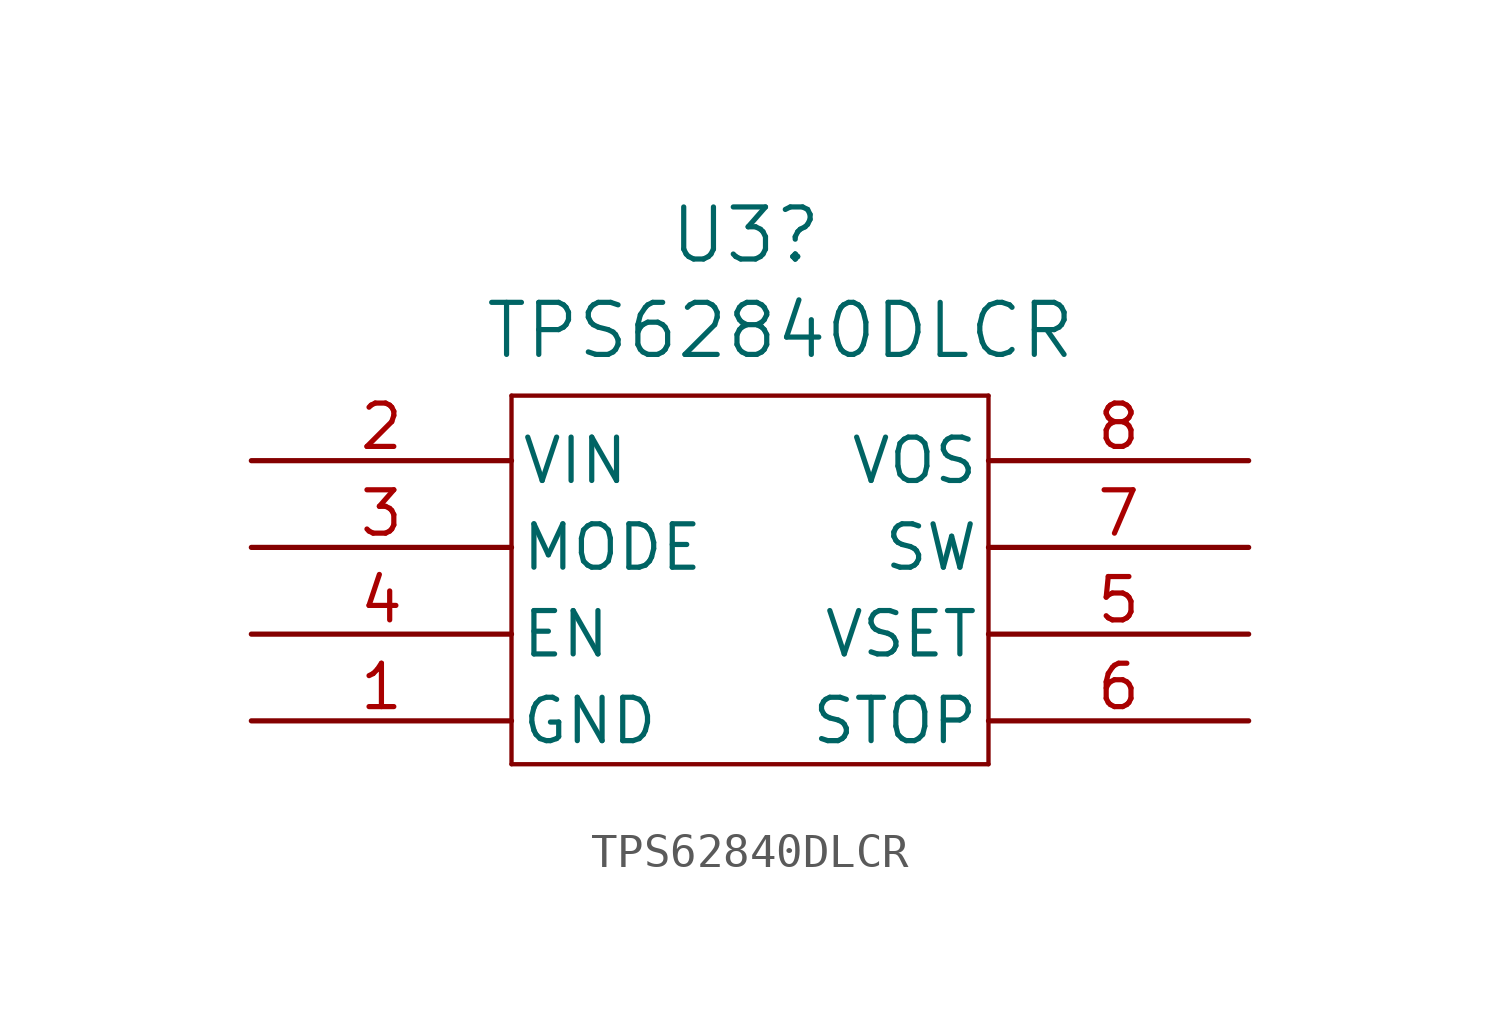
<source format=kicad_sym>
(kicad_symbol_lib
  (version 20241209)
  (generator "kicad_symbol_editor")
  (generator_version "9.0")
  (symbol "TPS62840DLCR"
    (pin_names
      (offset 0.254))
    (property "Reference" "U3"
      (at 14.478 4.064 0)
      (effects (font (size 1.524 1.524))))
    (property "Value" "TPS62840DLCR"
      (at 15.494 1.27 0)
      (effects (font (size 1.524 1.524))))
    (symbol "TPS62840DLCR_0_1"
      (polyline (pts (xy 7.62 -0.635) (xy 7.62 -11.43)) (stroke (width 0.127) (type default)) (fill (type none)))
      (polyline (pts (xy 7.62 -11.43) (xy 21.59 -11.43)) (stroke (width 0.127) (type default)) (fill (type none)))
      (polyline (pts (xy 21.59 -0.635) (xy 7.62 -0.635)) (stroke (width 0.127) (type default)) (fill (type none)))
      (polyline (pts (xy 21.59 -11.43) (xy 21.59 -0.635)) (stroke (width 0.127) (type default)) (fill (type none))))
    (symbol "TPS62840DLCR_1_1"
      (pin power_in line (at 0 -2.54 0) (length 7.62) (name "VIN" (effects (font (size 1.27 1.27)))) (number "2" (effects (font (size 1.27 1.27)))))
      (pin input line (at 0 -5.08 0) (length 7.62) (name "MODE" (effects (font (size 1.27 1.27)))) (number "3" (effects (font (size 1.27 1.27)))))
      (pin input line (at 0 -7.62 0) (length 7.62) (name "EN" (effects (font (size 1.27 1.27)))) (number "4" (effects (font (size 1.27 1.27)))))
      (pin power_in line (at 0 -10.16 0) (length 7.62) (name "GND" (effects (font (size 1.27 1.27)))) (number "1" (effects (font (size 1.27 1.27)))))
      (pin input line (at 29.21 -2.54 180) (length 7.62) (name "VOS" (effects (font (size 1.27 1.27)))) (number "8" (effects (font (size 1.27 1.27)))))
      (pin power_out line (at 29.21 -5.08 180) (length 7.62) (name "SW" (effects (font (size 1.27 1.27)))) (number "7" (effects (font (size 1.27 1.27)))))
      (pin input line (at 29.21 -7.62 180) (length 7.62) (name "VSET" (effects (font (size 1.27 1.27)))) (number "5" (effects (font (size 1.27 1.27)))))
      (pin input line (at 29.21 -10.16 180) (length 7.62) (name "STOP" (effects (font (size 1.27 1.27)))) (number "6" (effects (font (size 1.27 1.27))))))))
</source>
